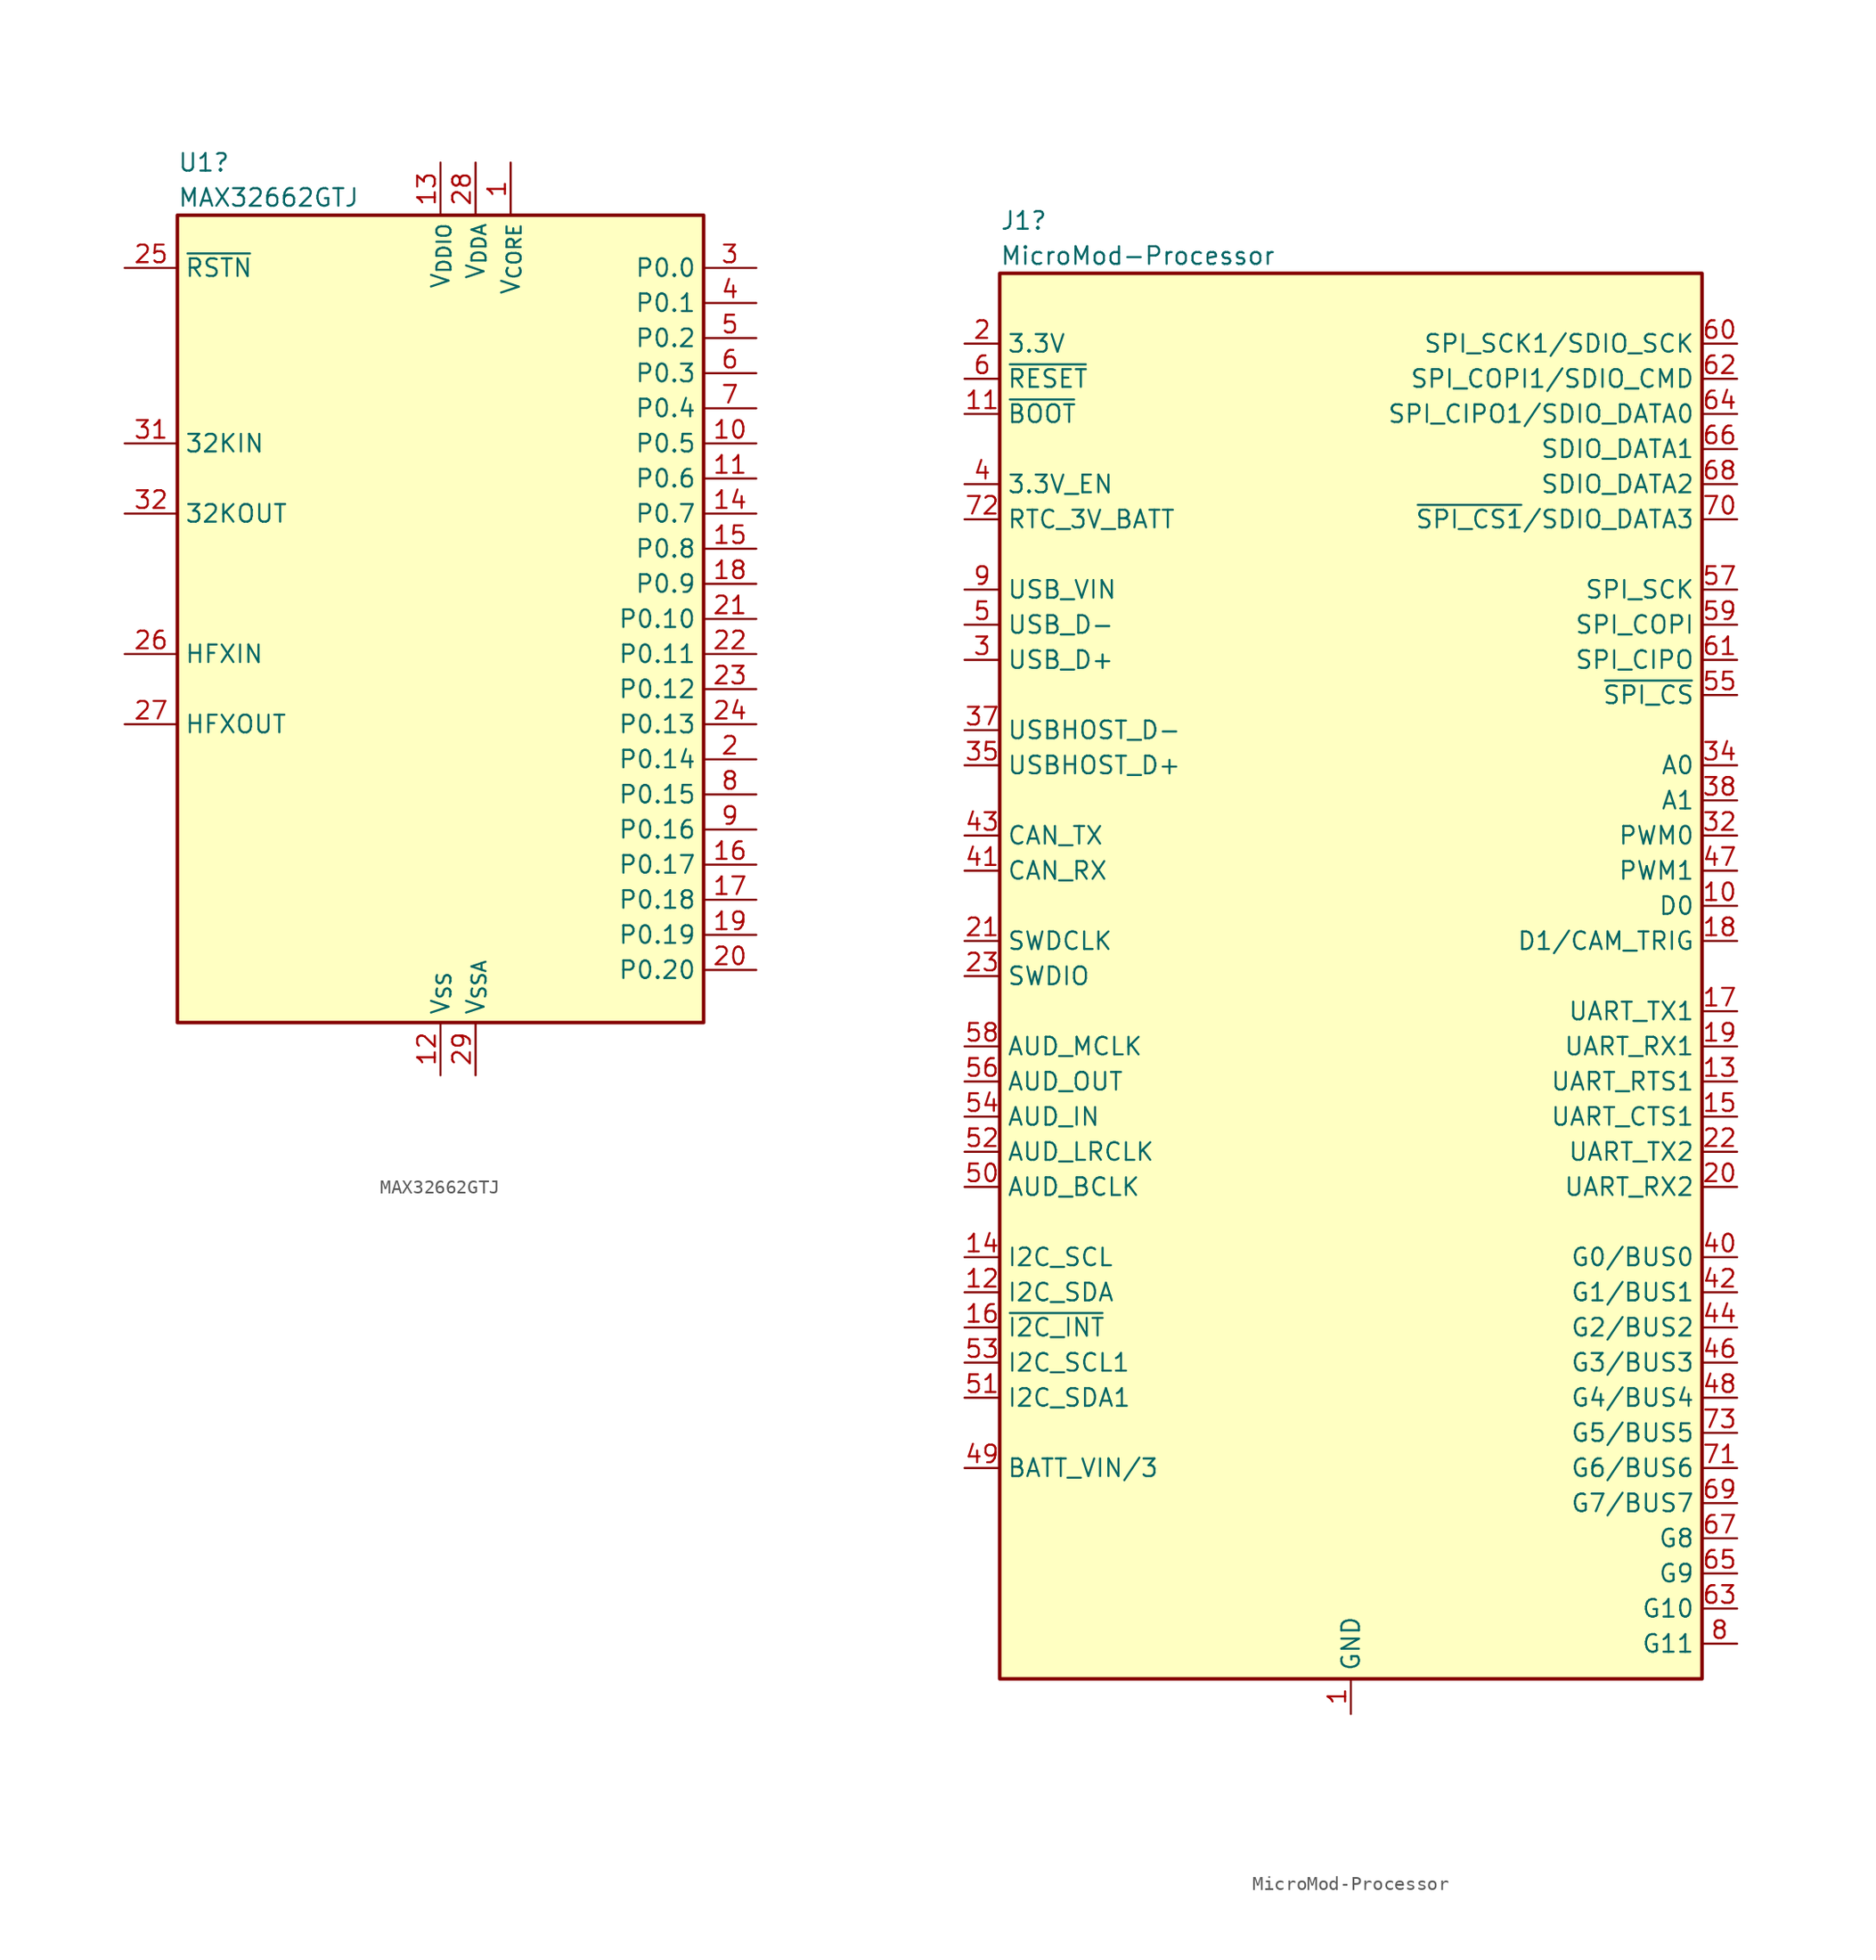
<source format=kicad_sym>
(kicad_symbol_lib
  (version 20231120)
  (generator "kicad_symbol_editor")
  (generator_version "8.0")
  (symbol "MAX32662GTJ"
    (property "Reference" "U1"
      (at -19.05 33.02 0)
      (effects (font (size 1.27 1.27)) (justify left)))
    (property "Value" "MAX32662GTJ"
      (at -19.05 30.48 0)
      (effects (font (size 1.27 1.27)) (justify left)))
    (symbol "MAX32662GTJ_0_1"
      (rectangle (start -19.05 29.21) (end 19.05 -29.21) (stroke (width 0.254) (type default)) (fill (type background))))
    (symbol "MAX32662GTJ_1_1"
      (pin passive line (at 5.08 33.02 270) (length 3.81) (name "V_{CORE}" (effects (font (size 1.27 1.27)))) (number "1" (effects (font (size 1.27 1.27)))))
      (pin bidirectional line (at 22.86 12.7 180) (length 3.81) (name "P0.5" (effects (font (size 1.27 1.27)))) (number "10" (effects (font (size 1.27 1.27)))))
      (pin bidirectional line (at 22.86 10.16 180) (length 3.81) (name "P0.6" (effects (font (size 1.27 1.27)))) (number "11" (effects (font (size 1.27 1.27)))))
      (pin power_in line (at 0 -33.02 90) (length 3.81) (name "V_{SS}" (effects (font (size 1.27 1.27)))) (number "12" (effects (font (size 1.27 1.27)))))
      (pin power_in line (at 0 33.02 270) (length 3.81) (name "V_{DDIO}" (effects (font (size 1.27 1.27)))) (number "13" (effects (font (size 1.27 1.27)))))
      (pin bidirectional line (at 22.86 7.62 180) (length 3.81) (name "P0.7" (effects (font (size 1.27 1.27)))) (number "14" (effects (font (size 1.27 1.27)))))
      (pin bidirectional line (at 22.86 5.08 180) (length 3.81) (name "P0.8" (effects (font (size 1.27 1.27)))) (number "15" (effects (font (size 1.27 1.27)))))
      (pin bidirectional line (at 22.86 -17.78 180) (length 3.81) (name "P0.17" (effects (font (size 1.27 1.27)))) (number "16" (effects (font (size 1.27 1.27)))))
      (pin bidirectional line (at 22.86 -20.32 180) (length 3.81) (name "P0.18" (effects (font (size 1.27 1.27)))) (number "17" (effects (font (size 1.27 1.27)))))
      (pin bidirectional line (at 22.86 2.54 180) (length 3.81) (name "P0.9" (effects (font (size 1.27 1.27)))) (number "18" (effects (font (size 1.27 1.27)))))
      (pin bidirectional line (at 22.86 -22.86 180) (length 3.81) (name "P0.19" (effects (font (size 1.27 1.27)))) (number "19" (effects (font (size 1.27 1.27)))))
      (pin bidirectional line (at 22.86 -10.16 180) (length 3.81) (name "P0.14" (effects (font (size 1.27 1.27)))) (number "2" (effects (font (size 1.27 1.27)))))
      (pin bidirectional line (at 22.86 -25.4 180) (length 3.81) (name "P0.20" (effects (font (size 1.27 1.27)))) (number "20" (effects (font (size 1.27 1.27)))))
      (pin bidirectional line (at 22.86 0 180) (length 3.81) (name "P0.10" (effects (font (size 1.27 1.27)))) (number "21" (effects (font (size 1.27 1.27)))))
      (pin bidirectional line (at 22.86 -2.54 180) (length 3.81) (name "P0.11" (effects (font (size 1.27 1.27)))) (number "22" (effects (font (size 1.27 1.27)))))
      (pin bidirectional line (at 22.86 -5.08 180) (length 3.81) (name "P0.12" (effects (font (size 1.27 1.27)))) (number "23" (effects (font (size 1.27 1.27)))))
      (pin bidirectional line (at 22.86 -7.62 180) (length 3.81) (name "P0.13" (effects (font (size 1.27 1.27)))) (number "24" (effects (font (size 1.27 1.27)))))
      (pin input line (at -22.86 25.4 0) (length 3.81) (name "~{RSTN}" (effects (font (size 1.27 1.27)))) (number "25" (effects (font (size 1.27 1.27)))))
      (pin input line (at -22.86 -2.54 0) (length 3.81) (name "HFXIN" (effects (font (size 1.27 1.27)))) (number "26" (effects (font (size 1.27 1.27)))))
      (pin output line (at -22.86 -7.62 0) (length 3.81) (name "HFXOUT" (effects (font (size 1.27 1.27)))) (number "27" (effects (font (size 1.27 1.27)))))
      (pin power_in line (at 2.54 33.02 270) (length 3.81) (name "V_{DDA}" (effects (font (size 1.27 1.27)))) (number "28" (effects (font (size 1.27 1.27)))))
      (pin power_in line (at 2.54 -33.02 90) (length 3.81) (name "V_{SSA}" (effects (font (size 1.27 1.27)))) (number "29" (effects (font (size 1.27 1.27)))))
      (pin bidirectional line (at 22.86 25.4 180) (length 3.81) (name "P0.0" (effects (font (size 1.27 1.27)))) (number "3" (effects (font (size 1.27 1.27)))))
      (pin passive line (at 0 -33.02 90) (length 3.81) hide (name "V_{SS}" (effects (font (size 1.27 1.27)))) (number "30" (effects (font (size 1.27 1.27)))))
      (pin input line (at -22.86 12.7 0) (length 3.81) (name "32KIN" (effects (font (size 1.27 1.27)))) (number "31" (effects (font (size 1.27 1.27)))))
      (pin output line (at -22.86 7.62 0) (length 3.81) (name "32KOUT" (effects (font (size 1.27 1.27)))) (number "32" (effects (font (size 1.27 1.27)))))
      (pin passive line (at 0 -33.02 90) (length 3.81) hide (name "V_{SS}" (effects (font (size 1.27 1.27)))) (number "33" (effects (font (size 1.27 1.27)))))
      (pin bidirectional line (at 22.86 22.86 180) (length 3.81) (name "P0.1" (effects (font (size 1.27 1.27)))) (number "4" (effects (font (size 1.27 1.27)))))
      (pin bidirectional line (at 22.86 20.32 180) (length 3.81) (name "P0.2" (effects (font (size 1.27 1.27)))) (number "5" (effects (font (size 1.27 1.27)))))
      (pin bidirectional line (at 22.86 17.78 180) (length 3.81) (name "P0.3" (effects (font (size 1.27 1.27)))) (number "6" (effects (font (size 1.27 1.27)))))
      (pin bidirectional line (at 22.86 15.24 180) (length 3.81) (name "P0.4" (effects (font (size 1.27 1.27)))) (number "7" (effects (font (size 1.27 1.27)))))
      (pin bidirectional line (at 22.86 -12.7 180) (length 3.81) (name "P0.15" (effects (font (size 1.27 1.27)))) (number "8" (effects (font (size 1.27 1.27)))))
      (pin bidirectional line (at 22.86 -15.24 180) (length 3.81) (name "P0.16" (effects (font (size 1.27 1.27)))) (number "9" (effects (font (size 1.27 1.27)))))))
  (symbol "MicroMod-Processor"
    (property "Reference" "J1"
      (at -25.4 54.61 0)
      (effects (font (size 1.27 1.27)) (justify left)))
    (property "Value" "MicroMod-Processor"
      (at -25.4 52.07 0)
      (effects (font (size 1.27 1.27)) (justify left)))
    (symbol "MicroMod-Processor_0_0"
      (pin bidirectional line (at 27.94 5.08 180) (length 2.54) (name "D0" (effects (font (size 1.27 1.27)))) (number "10" (effects (font (size 1.27 1.27)))))
      (pin bidirectional line (at -27.94 -22.86 0) (length 2.54) (name "I2C_SDA" (effects (font (size 1.27 1.27)))) (number "12" (effects (font (size 1.27 1.27)))))
      (pin output line (at 27.94 -7.62 180) (length 2.54) (name "UART_RTS1" (effects (font (size 1.27 1.27)))) (number "13" (effects (font (size 1.27 1.27)))))
      (pin input line (at 27.94 -10.16 180) (length 2.54) (name "UART_CTS1" (effects (font (size 1.27 1.27)))) (number "15" (effects (font (size 1.27 1.27)))))
      (pin output line (at 27.94 -2.54 180) (length 2.54) (name "UART_TX1" (effects (font (size 1.27 1.27)))) (number "17" (effects (font (size 1.27 1.27)))))
      (pin input line (at 27.94 -5.08 180) (length 2.54) (name "UART_RX1" (effects (font (size 1.27 1.27)))) (number "19" (effects (font (size 1.27 1.27)))))
      (pin power_in line (at -27.94 45.72 0) (length 2.54) (name "3.3V" (effects (font (size 1.27 1.27)))) (number "2" (effects (font (size 1.27 1.27)))))
      (pin input line (at -27.94 2.54 0) (length 2.54) (name "SWDCLK" (effects (font (size 1.27 1.27)))) (number "21" (effects (font (size 1.27 1.27)))))
      (pin output line (at 27.94 -12.7 180) (length 2.54) (name "UART_TX2" (effects (font (size 1.27 1.27)))) (number "22" (effects (font (size 1.27 1.27)))))
      (pin bidirectional line (at -27.94 22.86 0) (length 2.54) (name "USB_D+" (effects (font (size 1.27 1.27)))) (number "3" (effects (font (size 1.27 1.27)))))
      (pin output line (at 27.94 10.16 180) (length 2.54) (name "PWM0" (effects (font (size 1.27 1.27)))) (number "32" (effects (font (size 1.27 1.27)))))
      (pin input line (at 27.94 15.24 180) (length 2.54) (name "A0" (effects (font (size 1.27 1.27)))) (number "34" (effects (font (size 1.27 1.27)))))
      (pin bidirectional line (at -27.94 15.24 0) (length 2.54) (name "USBHOST_D+" (effects (font (size 1.27 1.27)))) (number "35" (effects (font (size 1.27 1.27)))))
      (pin bidirectional line (at -27.94 17.78 0) (length 2.54) (name "USBHOST_D-" (effects (font (size 1.27 1.27)))) (number "37" (effects (font (size 1.27 1.27)))))
      (pin input line (at 27.94 12.7 180) (length 2.54) (name "A1" (effects (font (size 1.27 1.27)))) (number "38" (effects (font (size 1.27 1.27)))))
      (pin output line (at -27.94 35.56 0) (length 2.54) (name "3.3V_EN" (effects (font (size 1.27 1.27)))) (number "4" (effects (font (size 1.27 1.27)))))
      (pin bidirectional line (at 27.94 -20.32 180) (length 2.54) (name "G0/BUS0" (effects (font (size 1.27 1.27)))) (number "40" (effects (font (size 1.27 1.27)))))
      (pin input line (at -27.94 7.62 0) (length 2.54) (name "CAN_RX" (effects (font (size 1.27 1.27)))) (number "41" (effects (font (size 1.27 1.27)))))
      (pin bidirectional line (at 27.94 -22.86 180) (length 2.54) (name "G1/BUS1" (effects (font (size 1.27 1.27)))) (number "42" (effects (font (size 1.27 1.27)))))
      (pin output line (at -27.94 10.16 0) (length 2.54) (name "CAN_TX" (effects (font (size 1.27 1.27)))) (number "43" (effects (font (size 1.27 1.27)))))
      (pin bidirectional line (at 27.94 -25.4 180) (length 2.54) (name "G2/BUS2" (effects (font (size 1.27 1.27)))) (number "44" (effects (font (size 1.27 1.27)))))
      (pin bidirectional line (at 27.94 -27.94 180) (length 2.54) (name "G3/BUS3" (effects (font (size 1.27 1.27)))) (number "46" (effects (font (size 1.27 1.27)))))
      (pin output line (at 27.94 7.62 180) (length 2.54) (name "PWM1" (effects (font (size 1.27 1.27)))) (number "47" (effects (font (size 1.27 1.27)))))
      (pin bidirectional line (at 27.94 -30.48 180) (length 2.54) (name "G4/BUS4" (effects (font (size 1.27 1.27)))) (number "48" (effects (font (size 1.27 1.27)))))
      (pin bidirectional line (at -27.94 25.4 0) (length 2.54) (name "USB_D-" (effects (font (size 1.27 1.27)))) (number "5" (effects (font (size 1.27 1.27)))))
      (pin output line (at -27.94 -15.24 0) (length 2.54) (name "AUD_BCLK" (effects (font (size 1.27 1.27)))) (number "50" (effects (font (size 1.27 1.27)))))
      (pin bidirectional line (at -27.94 -12.7 0) (length 2.54) (name "AUD_LRCLK" (effects (font (size 1.27 1.27)))) (number "52" (effects (font (size 1.27 1.27)))))
      (pin bidirectional line (at -27.94 -27.94 0) (length 2.54) (name "I2C_SCL1" (effects (font (size 1.27 1.27)))) (number "53" (effects (font (size 1.27 1.27)))))
      (pin input line (at -27.94 -10.16 0) (length 2.54) (name "AUD_IN" (effects (font (size 1.27 1.27)))) (number "54" (effects (font (size 1.27 1.27)))))
      (pin output line (at -27.94 -7.62 0) (length 2.54) (name "AUD_OUT" (effects (font (size 1.27 1.27)))) (number "56" (effects (font (size 1.27 1.27)))))
      (pin output line (at 27.94 27.94 180) (length 2.54) (name "SPI_SCK" (effects (font (size 1.27 1.27)))) (number "57" (effects (font (size 1.27 1.27)))))
      (pin output line (at -27.94 -5.08 0) (length 2.54) (name "AUD_MCLK" (effects (font (size 1.27 1.27)))) (number "58" (effects (font (size 1.27 1.27)))))
      (pin output line (at 27.94 25.4 180) (length 2.54) (name "SPI_COPI" (effects (font (size 1.27 1.27)))) (number "59" (effects (font (size 1.27 1.27)))))
      (pin input line (at 27.94 22.86 180) (length 2.54) (name "SPI_CIPO" (effects (font (size 1.27 1.27)))) (number "61" (effects (font (size 1.27 1.27)))))
      (pin bidirectional line (at 27.94 -45.72 180) (length 2.54) (name "G10" (effects (font (size 1.27 1.27)))) (number "63" (effects (font (size 1.27 1.27)))))
      (pin bidirectional line (at 27.94 -43.18 180) (length 2.54) (name "G9" (effects (font (size 1.27 1.27)))) (number "65" (effects (font (size 1.27 1.27)))))
      (pin bidirectional line (at 27.94 38.1 180) (length 2.54) (name "SDIO_DATA1" (effects (font (size 1.27 1.27)))) (number "66" (effects (font (size 1.27 1.27)))))
      (pin bidirectional line (at 27.94 -40.64 180) (length 2.54) (name "G8" (effects (font (size 1.27 1.27)))) (number "67" (effects (font (size 1.27 1.27)))))
      (pin bidirectional line (at 27.94 35.56 180) (length 2.54) (name "SDIO_DATA2" (effects (font (size 1.27 1.27)))) (number "68" (effects (font (size 1.27 1.27)))))
      (pin bidirectional line (at 27.94 -38.1 180) (length 2.54) (name "G7/BUS7" (effects (font (size 1.27 1.27)))) (number "69" (effects (font (size 1.27 1.27)))))
      (pin power_in line (at -27.94 33.02 0) (length 2.54) (name "RTC_3V_BATT" (effects (font (size 1.27 1.27)))) (number "72" (effects (font (size 1.27 1.27)))))
      (pin bidirectional line (at 27.94 -33.02 180) (length 2.54) (name "G5/BUS5" (effects (font (size 1.27 1.27)))) (number "73" (effects (font (size 1.27 1.27)))))
      (pin bidirectional line (at 27.94 -48.26 180) (length 2.54) (name "G11" (effects (font (size 1.27 1.27)))) (number "8" (effects (font (size 1.27 1.27)))))
      (pin power_in line (at -27.94 27.94 0) (length 2.54) (name "USB_VIN" (effects (font (size 1.27 1.27)))) (number "9" (effects (font (size 1.27 1.27))))))
    (symbol "MicroMod-Processor_0_1"
      (rectangle (start -25.4 50.8) (end 25.4 -50.8) (stroke (width 0.254) (type default)) (fill (type background))))
    (symbol "MicroMod-Processor_1_0"
      (pin power_in line (at 0 -53.34 90) (length 2.54) (name "GND" (effects (font (size 1.27 1.27)))) (number "1" (effects (font (size 1.27 1.27)))))
      (pin input line (at -27.94 40.64 0) (length 2.54) (name "~{BOOT}" (effects (font (size 1.27 1.27)))) (number "11" (effects (font (size 1.27 1.27)))))
      (pin bidirectional line (at -27.94 -20.32 0) (length 2.54) (name "I2C_SCL" (effects (font (size 1.27 1.27)))) (number "14" (effects (font (size 1.27 1.27)))))
      (pin input line (at -27.94 -25.4 0) (length 2.54) (name "~{I2C_INT}" (effects (font (size 1.27 1.27)))) (number "16" (effects (font (size 1.27 1.27)))))
      (pin bidirectional line (at 27.94 2.54 180) (length 2.54) (name "D1/CAM_TRIG" (effects (font (size 1.27 1.27)))) (number "18" (effects (font (size 1.27 1.27)))))
      (pin input line (at 27.94 -15.24 180) (length 2.54) (name "UART_RX2" (effects (font (size 1.27 1.27)))) (number "20" (effects (font (size 1.27 1.27)))))
      (pin bidirectional line (at -27.94 0 0) (length 2.54) (name "SWDIO" (effects (font (size 1.27 1.27)))) (number "23" (effects (font (size 1.27 1.27)))))
      (pin passive line (at 0 -53.34 90) (length 2.54) hide (name "GND" (effects (font (size 1.27 1.27)))) (number "33" (effects (font (size 1.27 1.27)))))
      (pin passive line (at 0 -53.34 90) (length 2.54) hide (name "GND" (effects (font (size 1.27 1.27)))) (number "36" (effects (font (size 1.27 1.27)))))
      (pin passive line (at 0 -53.34 90) (length 2.54) hide (name "GND" (effects (font (size 1.27 1.27)))) (number "39" (effects (font (size 1.27 1.27)))))
      (pin passive line (at 0 -53.34 90) (length 2.54) hide (name "GND" (effects (font (size 1.27 1.27)))) (number "45" (effects (font (size 1.27 1.27)))))
      (pin input line (at -27.94 -35.56 0) (length 2.54) (name "BATT_VIN/3" (effects (font (size 1.27 1.27)))) (number "49" (effects (font (size 1.27 1.27)))))
      (pin bidirectional line (at -27.94 -30.48 0) (length 2.54) (name "I2C_SDA1" (effects (font (size 1.27 1.27)))) (number "51" (effects (font (size 1.27 1.27)))))
      (pin output line (at 27.94 20.32 180) (length 2.54) (name "~{SPI_CS}" (effects (font (size 1.27 1.27)))) (number "55" (effects (font (size 1.27 1.27)))))
      (pin input line (at -27.94 43.18 0) (length 2.54) (name "~{RESET}" (effects (font (size 1.27 1.27)))) (number "6" (effects (font (size 1.27 1.27)))))
      (pin output line (at 27.94 45.72 180) (length 2.54) (name "SPI_SCK1/SDIO_SCK" (effects (font (size 1.27 1.27)))) (number "60" (effects (font (size 1.27 1.27)))))
      (pin bidirectional line (at 27.94 43.18 180) (length 2.54) (name "SPI_COPI1/SDIO_CMD" (effects (font (size 1.27 1.27)))) (number "62" (effects (font (size 1.27 1.27)))))
      (pin bidirectional line (at 27.94 40.64 180) (length 2.54) (name "SPI_CIPO1/SDIO_DATA0" (effects (font (size 1.27 1.27)))) (number "64" (effects (font (size 1.27 1.27)))))
      (pin passive line (at 0 -53.34 90) (length 2.54) hide (name "GND" (effects (font (size 1.27 1.27)))) (number "7" (effects (font (size 1.27 1.27)))))
      (pin bidirectional line (at 27.94 33.02 180) (length 2.54) (name "~{SPI_CS1}/SDIO_DATA3" (effects (font (size 1.27 1.27)))) (number "70" (effects (font (size 1.27 1.27)))))
      (pin bidirectional line (at 27.94 -35.56 180) (length 2.54) (name "G6/BUS6" (effects (font (size 1.27 1.27)))) (number "71" (effects (font (size 1.27 1.27)))))
      (pin passive line (at -27.94 45.72 0) (length 2.54) hide (name "3.3V" (effects (font (size 1.27 1.27)))) (number "74" (effects (font (size 1.27 1.27)))))
      (pin passive line (at 0 -53.34 90) (length 2.54) hide (name "GND" (effects (font (size 1.27 1.27)))) (number "75" (effects (font (size 1.27 1.27)))))
      (pin passive line (at 0 -53.34 90) (length 2.54) hide (name "GND" (effects (font (size 1.27 1.27)))) (number "76" (effects (font (size 1.27 1.27))))))))
</source>
